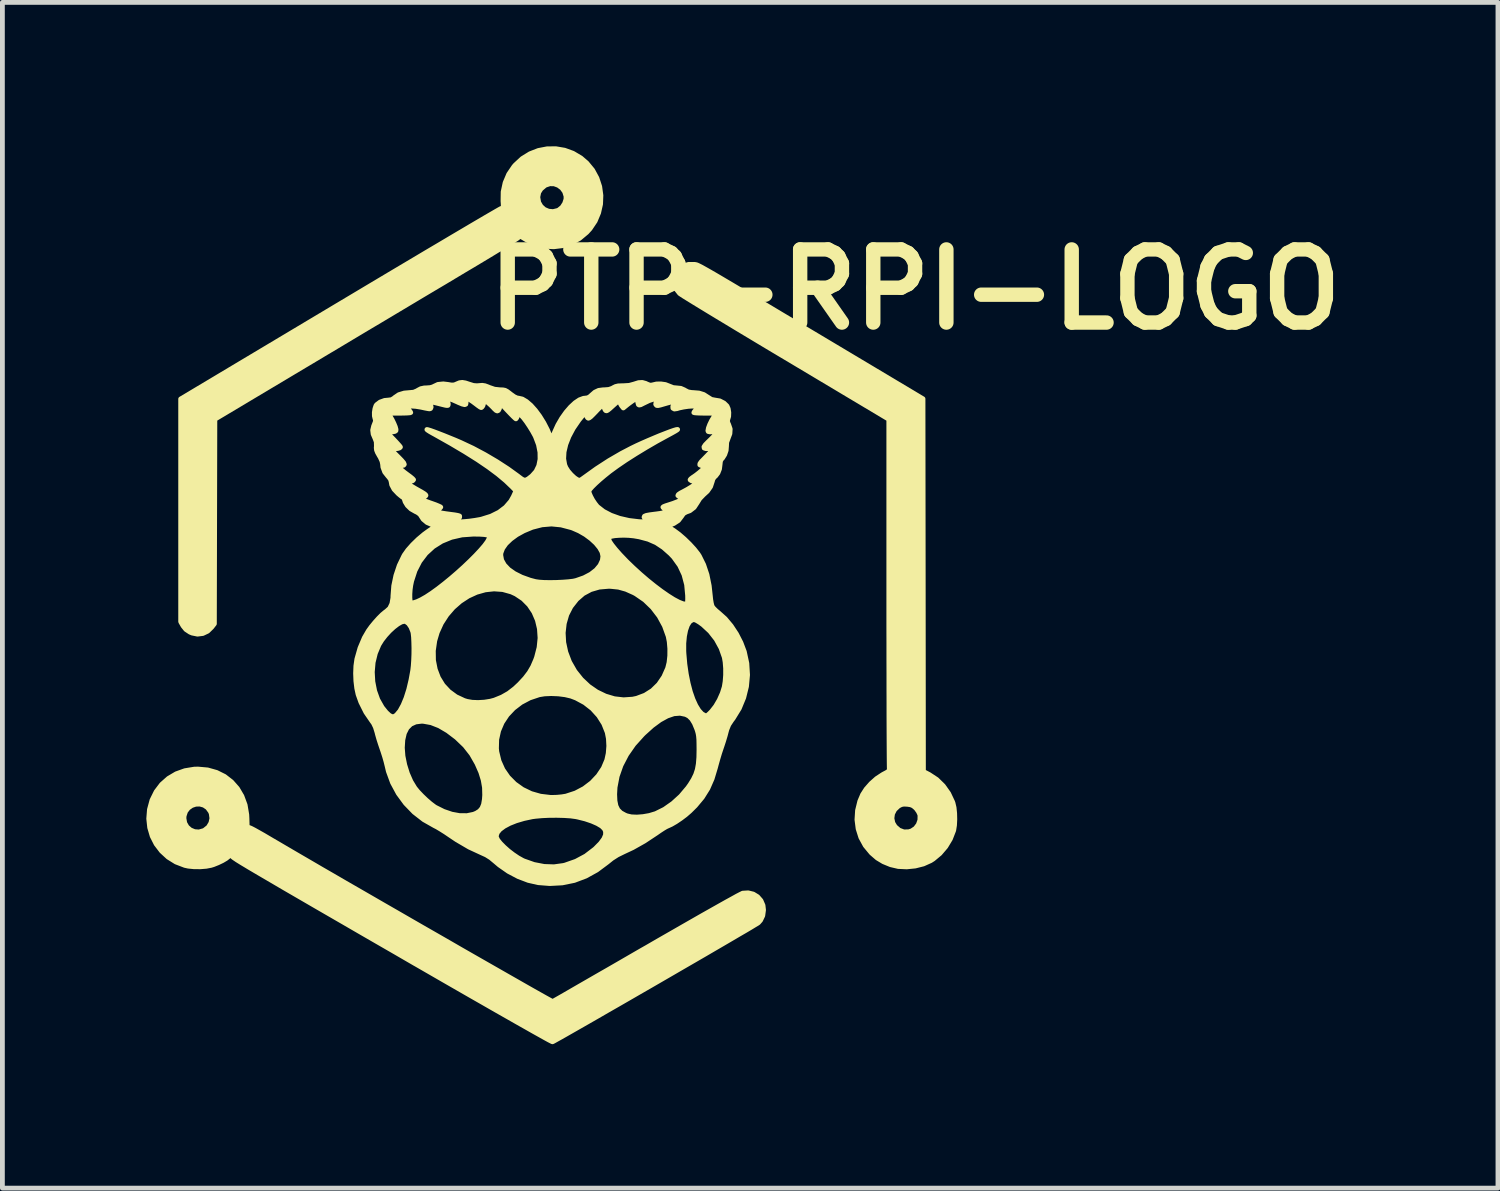
<source format=kicad_pcb>
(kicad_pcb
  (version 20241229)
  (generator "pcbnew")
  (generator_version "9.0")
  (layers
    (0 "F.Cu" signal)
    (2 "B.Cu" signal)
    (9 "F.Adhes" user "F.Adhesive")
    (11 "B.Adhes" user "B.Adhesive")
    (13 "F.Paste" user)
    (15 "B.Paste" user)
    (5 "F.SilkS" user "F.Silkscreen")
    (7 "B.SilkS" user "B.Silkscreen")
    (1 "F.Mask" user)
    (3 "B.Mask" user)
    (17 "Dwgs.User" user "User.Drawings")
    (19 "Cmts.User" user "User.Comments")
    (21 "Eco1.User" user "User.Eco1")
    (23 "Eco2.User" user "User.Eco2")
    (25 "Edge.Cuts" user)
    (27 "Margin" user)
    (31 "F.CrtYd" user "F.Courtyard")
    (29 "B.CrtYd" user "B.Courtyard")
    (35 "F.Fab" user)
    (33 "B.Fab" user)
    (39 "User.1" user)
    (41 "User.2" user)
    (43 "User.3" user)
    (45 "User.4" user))
  (footprint "PTP-RPI-LOGO"
    (layer "F.Cu")
    (at 8.404 9.334)
    (property "Reference" "PTP-RPI-LOGO" (at 7.62 -6.35 0) (layer "F.SilkS") (effects (font (size 1.524 1.524) (thickness 0.3))))
    (attr through_hole)
    (fp_poly (pts (xy 1.072 -8.312) (xy 1.065 -8.128) (xy 1.024 -7.947) (xy 0.952 -7.775) (xy 0.846 -7.617) (xy 0.777 -7.541) (xy 0.625 -7.414) (xy 0.456 -7.322) (xy 0.345 -7.286) (xy 0.345 -8.292) (xy 0.316 -8.387) (xy 0.26 -8.464) (xy 0.185 -8.52) (xy 0.098 -8.552) (xy 0.007 -8.554) (xy -0.08 -8.525) (xy -0.098 -8.514) (xy -0.178 -8.446) (xy -0.224 -8.373) (xy -0.242 -8.284) (xy -0.242 -8.265) (xy -0.225 -8.165) (xy -0.177 -8.082) (xy -0.107 -8.019) (xy -0.02 -7.982) (xy 0.075 -7.973) (xy 0.173 -7.997) (xy 0.195 -8.008) (xy 0.264 -8.064) (xy 0.316 -8.144) (xy 0.344 -8.232) (xy 0.345 -8.292) (xy 0.345 -7.286) (xy 0.275 -7.263) (xy 0.088 -7.24) (xy -0.103 -7.251) (xy -0.292 -7.299) (xy -0.475 -7.383) (xy -0.498 -7.396) (xy -0.609 -7.463) (xy -0.671 -7.416) (xy -0.698 -7.398) (xy -0.755 -7.363) (xy -0.84 -7.31) (xy -0.951 -7.243) (xy -1.084 -7.163) (xy -1.237 -7.07) (xy -1.407 -6.968) (xy -1.59 -6.858) (xy -1.786 -6.742) (xy -1.983 -6.624) (xy -2.181 -6.505) (xy -2.409 -6.37) (xy -2.661 -6.22) (xy -2.932 -6.058) (xy -3.22 -5.886) (xy -3.518 -5.708) (xy -3.823 -5.527) (xy -4.129 -5.344) (xy -4.433 -5.162) (xy -4.73 -4.985) (xy -5.016 -4.814) (xy -5.104 -4.762) (xy -6.975 -3.645) (xy -6.98 -1.513) (xy -6.985 0.619) (xy -7.04 0.69) (xy -7.125 0.773) (xy -7.226 0.821) (xy -7.337 0.835) (xy -7.45 0.812) (xy -7.494 0.793) (xy -7.579 0.737) (xy -7.638 0.664) (xy -7.641 0.659) (xy -7.688 0.576) (xy -7.688 -1.746) (xy -7.688 -4.068) (xy -4.376 -6.046) (xy -4.044 -6.244) (xy -3.721 -6.437) (xy -3.409 -6.623) (xy -3.108 -6.802) (xy -2.82 -6.973) (xy -2.548 -7.135) (xy -2.292 -7.286) (xy -2.055 -7.427) (xy -1.838 -7.555) (xy -1.642 -7.671) (xy -1.47 -7.772) (xy -1.322 -7.859) (xy -1.201 -7.929) (xy -1.108 -7.983) (xy -1.045 -8.019) (xy -1.014 -8.036) (xy -1.011 -8.037) (xy -0.984 -8.046) (xy -0.969 -8.059) (xy -0.963 -8.088) (xy -0.965 -8.14) (xy -0.969 -8.192) (xy -0.966 -8.386) (xy -0.925 -8.575) (xy -0.85 -8.752) (xy -0.741 -8.913) (xy -0.713 -8.945) (xy -0.568 -9.079) (xy -0.406 -9.179) (xy -0.232 -9.247) (xy -0.05 -9.282) (xy 0.133 -9.284) (xy 0.315 -9.253) (xy 0.49 -9.189) (xy 0.654 -9.092) (xy 0.776 -8.987) (xy 0.899 -8.838) (xy 0.989 -8.672) (xy 1.047 -8.495) (xy 1.072 -8.312)) (stroke (width 0.1) (type solid)) (fill yes) (layer "F.SilkS"))
    (fp_poly (pts (xy 8.449 4.696) (xy 8.443 4.817) (xy 8.427 4.919) (xy 8.423 4.933) (xy 8.357 5.103) (xy 8.26 5.264) (xy 8.139 5.406) (xy 8 5.522) (xy 7.945 5.557) (xy 7.794 5.625) (xy 7.723 5.643) (xy 7.723 4.616) (xy 7.717 4.59) (xy 7.691 4.534) (xy 7.648 4.474) (xy 7.631 4.456) (xy 7.581 4.414) (xy 7.53 4.392) (xy 7.459 4.381) (xy 7.454 4.381) (xy 7.384 4.378) (xy 7.333 4.388) (xy 7.282 4.414) (xy 7.27 4.422) (xy 7.196 4.492) (xy 7.151 4.579) (xy 7.138 4.675) (xy 7.158 4.77) (xy 7.205 4.848) (xy 7.288 4.92) (xy 7.383 4.956) (xy 7.485 4.955) (xy 7.549 4.936) (xy 7.629 4.883) (xy 7.688 4.805) (xy 7.721 4.712) (xy 7.723 4.616) (xy 7.723 5.643) (xy 7.624 5.668) (xy 7.446 5.686) (xy 7.271 5.678) (xy 7.112 5.641) (xy 6.961 5.579) (xy 6.833 5.502) (xy 6.715 5.4) (xy 6.706 5.391) (xy 6.582 5.241) (xy 6.49 5.072) (xy 6.433 4.891) (xy 6.409 4.702) (xy 6.421 4.51) (xy 6.468 4.318) (xy 6.527 4.179) (xy 6.601 4.064) (xy 6.702 3.949) (xy 6.819 3.845) (xy 6.942 3.764) (xy 6.963 3.752) (xy 7.031 3.716) (xy 7.07 3.689) (xy 7.085 3.667) (xy 7.084 3.645) (xy 7.083 3.622) (xy 7.082 3.561) (xy 7.081 3.465) (xy 7.08 3.337) (xy 7.079 3.176) (xy 7.078 2.987) (xy 7.077 2.77) (xy 7.076 2.527) (xy 7.076 2.261) (xy 7.075 1.974) (xy 7.075 1.667) (xy 7.074 1.342) (xy 7.074 1.002) (xy 7.073 0.648) (xy 7.073 0.282) (xy 7.073 -0.02) (xy 7.073 -3.644) (xy 4.929 -4.924) (xy 4.662 -5.083) (xy 4.403 -5.238) (xy 4.155 -5.387) (xy 3.92 -5.528) (xy 3.7 -5.661) (xy 3.496 -5.784) (xy 3.311 -5.896) (xy 3.147 -5.996) (xy 3.006 -6.082) (xy 2.891 -6.153) (xy 2.802 -6.208) (xy 2.743 -6.246) (xy 2.715 -6.266) (xy 2.714 -6.266) (xy 2.645 -6.353) (xy 2.608 -6.455) (xy 2.602 -6.565) (xy 2.632 -6.671) (xy 2.637 -6.68) (xy 2.705 -6.778) (xy 2.792 -6.842) (xy 2.9 -6.873) (xy 3.02 -6.873) (xy 3.031 -6.872) (xy 3.042 -6.87) (xy 3.053 -6.868) (xy 3.066 -6.865) (xy 3.084 -6.858) (xy 3.106 -6.848) (xy 3.136 -6.833) (xy 3.173 -6.814) (xy 3.221 -6.787) (xy 3.28 -6.754) (xy 3.352 -6.713) (xy 3.439 -6.663) (xy 3.541 -6.603) (xy 3.661 -6.532) (xy 3.8 -6.45) (xy 3.96 -6.355) (xy 4.142 -6.247) (xy 4.347 -6.124) (xy 4.578 -5.987) (xy 4.835 -5.833) (xy 5.121 -5.663) (xy 5.436 -5.474) (xy 5.783 -5.267) (xy 5.959 -5.162) (xy 7.786 -4.071) (xy 7.791 -0.186) (xy 7.795 3.698) (xy 7.917 3.762) (xy 8.072 3.864) (xy 8.208 3.997) (xy 8.32 4.155) (xy 8.403 4.331) (xy 8.412 4.357) (xy 8.434 4.451) (xy 8.446 4.569) (xy 8.449 4.696)) (stroke (width 0.1) (type solid)) (fill yes) (layer "F.SilkS"))
    (fp_poly (pts (xy 4.462 6.584) (xy 4.446 6.703) (xy 4.4 6.799) (xy 4.354 6.851) (xy 4.332 6.866) (xy 4.278 6.898) (xy 4.196 6.948) (xy 4.088 7.012) (xy 3.955 7.089) (xy 3.802 7.179) (xy 3.629 7.28) (xy 3.44 7.39) (xy 3.238 7.508) (xy 3.024 7.632) (xy 2.801 7.761) (xy 2.572 7.894) (xy 2.339 8.029) (xy 2.104 8.165) (xy 1.871 8.299) (xy 1.641 8.432) (xy 1.417 8.561) (xy 1.202 8.684) (xy 0.998 8.802) (xy 0.808 8.911) (xy 0.633 9.011) (xy 0.477 9.1) (xy 0.342 9.177) (xy 0.231 9.24) (xy 0.146 9.287) (xy 0.089 9.319) (xy 0.063 9.332) (xy 0.062 9.332) (xy 0.042 9.323) (xy -0.011 9.296) (xy -0.093 9.251) (xy -0.204 9.189) (xy -0.342 9.112) (xy -0.504 9.02) (xy -0.69 8.915) (xy -0.897 8.797) (xy -1.124 8.668) (xy -1.368 8.528) (xy -1.629 8.379) (xy -1.904 8.221) (xy -2.191 8.056) (xy -2.489 7.884) (xy -2.796 7.707) (xy -2.804 7.703) (xy -3.228 7.457) (xy -3.62 7.231) (xy -3.98 7.023) (xy -4.311 6.831) (xy -4.612 6.657) (xy -4.887 6.498) (xy -5.135 6.354) (xy -5.359 6.224) (xy -5.559 6.108) (xy -5.736 6.004) (xy -5.893 5.912) (xy -6.03 5.832) (xy -6.149 5.762) (xy -6.251 5.702) (xy -6.337 5.65) (xy -6.409 5.607) (xy -6.467 5.571) (xy -6.514 5.542) (xy -6.549 5.518) (xy -6.576 5.5) (xy -6.595 5.486) (xy -6.605 5.477) (xy -6.656 5.431) (xy -6.693 5.473) (xy -6.742 5.512) (xy -6.818 5.557) (xy -6.91 5.601) (xy -7.007 5.64) (xy -7.037 5.649) (xy -7.037 4.674) (xy -7.051 4.574) (xy -7.068 4.533) (xy -7.127 4.452) (xy -7.202 4.401) (xy -7.287 4.377) (xy -7.375 4.38) (xy -7.458 4.408) (xy -7.531 4.459) (xy -7.586 4.53) (xy -7.616 4.622) (xy -7.62 4.672) (xy -7.603 4.771) (xy -7.556 4.854) (xy -7.486 4.915) (xy -7.4 4.951) (xy -7.306 4.958) (xy -7.21 4.931) (xy -7.19 4.921) (xy -7.109 4.856) (xy -7.058 4.77) (xy -7.037 4.674) (xy -7.037 5.649) (xy -7.052 5.654) (xy -7.155 5.674) (xy -7.279 5.684) (xy -7.41 5.683) (xy -7.53 5.671) (xy -7.602 5.655) (xy -7.787 5.584) (xy -7.949 5.483) (xy -8.087 5.356) (xy -8.199 5.209) (xy -8.282 5.045) (xy -8.334 4.867) (xy -8.354 4.681) (xy -8.339 4.491) (xy -8.287 4.299) (xy -8.286 4.295) (xy -8.199 4.119) (xy -8.084 3.967) (xy -7.943 3.842) (xy -7.781 3.746) (xy -7.6 3.681) (xy -7.404 3.649) (xy -7.327 3.647) (xy -7.126 3.665) (xy -6.941 3.717) (xy -6.774 3.8) (xy -6.628 3.913) (xy -6.506 4.051) (xy -6.411 4.213) (xy -6.344 4.395) (xy -6.31 4.596) (xy -6.306 4.672) (xy -6.301 4.852) (xy -6.243 4.872) (xy -6.21 4.887) (xy -6.149 4.919) (xy -6.065 4.966) (xy -5.964 5.023) (xy -5.852 5.089) (xy -5.774 5.135) (xy -5.657 5.203) (xy -5.516 5.286) (xy -5.352 5.382) (xy -5.167 5.49) (xy -4.964 5.608) (xy -4.745 5.736) (xy -4.511 5.871) (xy -4.265 6.014) (xy -4.008 6.162) (xy -3.743 6.315) (xy -3.473 6.471) (xy -3.198 6.629) (xy -2.921 6.789) (xy -2.645 6.948) (xy -2.371 7.105) (xy -2.101 7.26) (xy -1.838 7.412) (xy -1.583 7.558) (xy -1.338 7.698) (xy -1.107 7.83) (xy -0.89 7.954) (xy -0.69 8.068) (xy -0.508 8.172) (xy -0.348 8.263) (xy -0.211 8.34) (xy -0.099 8.403) (xy -0.014 8.45) (xy 0.041 8.48) (xy 0.066 8.493) (xy 0.066 8.493) (xy 0.086 8.482) (xy 0.137 8.453) (xy 0.218 8.407) (xy 0.326 8.345) (xy 0.459 8.268) (xy 0.615 8.178) (xy 0.792 8.076) (xy 0.988 7.963) (xy 1.201 7.841) (xy 1.428 7.71) (xy 1.668 7.571) (xy 1.917 7.427) (xy 2.021 7.368) (xy 2.275 7.221) (xy 2.521 7.08) (xy 2.756 6.945) (xy 2.978 6.818) (xy 3.184 6.7) (xy 3.374 6.593) (xy 3.544 6.497) (xy 3.692 6.414) (xy 3.816 6.346) (xy 3.913 6.292) (xy 3.983 6.256) (xy 4.021 6.237) (xy 4.027 6.234) (xy 4.142 6.227) (xy 4.248 6.253) (xy 4.338 6.308) (xy 4.408 6.388) (xy 4.451 6.488) (xy 4.462 6.584)) (stroke (width 0.1) (type solid)) (fill yes) (layer "F.SilkS"))
    (fp_poly (pts (xy 4.129 1.685) (xy 4.107 1.925) (xy 4.049 2.159) (xy 3.957 2.382) (xy 3.83 2.589) (xy 3.798 2.631) (xy 3.738 2.722) (xy 3.698 2.82) (xy 3.682 2.878) (xy 3.671 2.921) (xy 3.671 1.687) (xy 3.671 1.548) (xy 3.661 1.418) (xy 3.644 1.318) (xy 3.576 1.125) (xy 3.476 0.942) (xy 3.347 0.777) (xy 3.197 0.638) (xy 3.131 0.59) (xy 3.069 0.552) (xy 3.027 0.534) (xy 2.993 0.534) (xy 2.974 0.539) (xy 2.92 0.577) (xy 2.88 0.641) (xy 2.88 0.098) (xy 2.879 0.029) (xy 2.858 -0.198) (xy 2.803 -0.406) (xy 2.714 -0.596) (xy 2.59 -0.769) (xy 2.522 -0.841) (xy 2.375 -0.971) (xy 2.224 -1.071) (xy 2.06 -1.143) (xy 1.873 -1.193) (xy 1.756 -1.213) (xy 1.655 -1.223) (xy 1.549 -1.227) (xy 1.448 -1.224) (xy 1.358 -1.217) (xy 1.288 -1.204) (xy 1.245 -1.188) (xy 1.236 -1.178) (xy 1.236 -1.142) (xy 1.257 -1.09) (xy 1.304 -1.022) (xy 1.376 -0.932) (xy 1.473 -0.822) (xy 1.604 -0.685) (xy 1.745 -0.549) (xy 1.892 -0.415) (xy 2.041 -0.287) (xy 2.189 -0.168) (xy 2.332 -0.06) (xy 2.466 0.033) (xy 2.588 0.11) (xy 2.694 0.166) (xy 2.78 0.2) (xy 2.843 0.209) (xy 2.861 0.204) (xy 2.873 0.189) (xy 2.878 0.156) (xy 2.88 0.098) (xy 2.88 0.641) (xy 2.875 0.649) (xy 2.839 0.751) (xy 2.814 0.877) (xy 2.8 1.024) (xy 2.8 1.187) (xy 2.803 1.241) (xy 2.822 1.46) (xy 2.852 1.668) (xy 2.891 1.862) (xy 2.937 2.038) (xy 2.991 2.193) (xy 3.05 2.323) (xy 3.113 2.426) (xy 3.179 2.497) (xy 3.247 2.534) (xy 3.272 2.539) (xy 3.293 2.526) (xy 3.333 2.492) (xy 3.381 2.443) (xy 3.381 2.443) (xy 3.463 2.338) (xy 3.539 2.208) (xy 3.602 2.066) (xy 3.643 1.934) (xy 3.661 1.821) (xy 3.671 1.687) (xy 3.671 2.921) (xy 3.66 2.961) (xy 3.629 3.064) (xy 3.595 3.168) (xy 3.581 3.209) (xy 3.546 3.314) (xy 3.509 3.438) (xy 3.475 3.56) (xy 3.459 3.62) (xy 3.39 3.849) (xy 3.301 4.052) (xy 3.186 4.236) (xy 3.116 4.32) (xy 3.116 3.243) (xy 3.115 3.122) (xy 3.113 3.031) (xy 3.107 2.962) (xy 3.098 2.906) (xy 3.084 2.854) (xy 3.071 2.814) (xy 3.02 2.691) (xy 2.966 2.603) (xy 2.904 2.542) (xy 2.841 2.509) (xy 2.723 2.484) (xy 2.593 2.494) (xy 2.508 2.523) (xy 2.508 1.137) (xy 2.496 0.992) (xy 2.474 0.879) (xy 2.396 0.662) (xy 2.287 0.461) (xy 2.148 0.279) (xy 1.986 0.123) (xy 1.802 -0.004) (xy 1.76 -0.027) (xy 1.597 -0.1) (xy 1.44 -0.144) (xy 1.276 -0.161) (xy 1.231 -0.162) (xy 1.113 -0.152) (xy 1.113 -0.791) (xy 1.095 -0.876) (xy 1.044 -0.967) (xy 0.966 -1.062) (xy 0.866 -1.154) (xy 0.749 -1.241) (xy 0.619 -1.316) (xy 0.482 -1.376) (xy 0.456 -1.385) (xy 0.244 -1.441) (xy 0.042 -1.461) (xy -0.158 -1.444) (xy -0.197 -1.434) (xy -0.197 -2.81) (xy -0.199 -2.958) (xy -0.23 -3.116) (xy -0.291 -3.278) (xy -0.307 -3.311) (xy -0.357 -3.401) (xy -0.417 -3.498) (xy -0.48 -3.592) (xy -0.54 -3.671) (xy -0.586 -3.722) (xy -0.644 -3.778) (xy -0.666 -3.716) (xy -0.684 -3.674) (xy -0.699 -3.654) (xy -0.7 -3.653) (xy -0.718 -3.667) (xy -0.756 -3.703) (xy -0.81 -3.758) (xy -0.873 -3.824) (xy -0.873 -3.824) (xy -1.034 -3.996) (xy -1.035 -3.925) (xy -1.043 -3.869) (xy -1.064 -3.83) (xy -1.066 -3.828) (xy -1.088 -3.818) (xy -1.112 -3.827) (xy -1.148 -3.86) (xy -1.169 -3.883) (xy -1.226 -3.94) (xy -1.287 -3.994) (xy -1.311 -4.013) (xy -1.382 -4.065) (xy -1.373 -4.018) (xy -1.374 -3.971) (xy -1.389 -3.924) (xy -1.412 -3.893) (xy -1.424 -3.888) (xy -1.447 -3.899) (xy -1.49 -3.929) (xy -1.536 -3.964) (xy -1.599 -4.011) (xy -1.661 -4.052) (xy -1.695 -4.071) (xy -1.758 -4.104) (xy -1.746 -4.045) (xy -1.738 -3.99) (xy -1.744 -3.958) (xy -1.769 -3.949) (xy -1.818 -3.961) (xy -1.896 -3.993) (xy -1.919 -4.004) (xy -1.998 -4.039) (xy -2.07 -4.067) (xy -2.123 -4.085) (xy -2.136 -4.088) (xy -2.19 -4.098) (xy -2.15 -4.055) (xy -2.121 -4.009) (xy -2.11 -3.968) (xy -2.111 -3.947) (xy -2.116 -3.934) (xy -2.134 -3.931) (xy -2.17 -3.936) (xy -2.232 -3.951) (xy -2.315 -3.972) (xy -2.388 -3.99) (xy -2.454 -4.006) (xy -2.488 -4.014) (xy -2.543 -4.026) (xy -2.502 -3.982) (xy -2.475 -3.939) (xy -2.467 -3.897) (xy -2.479 -3.868) (xy -2.501 -3.861) (xy -2.533 -3.866) (xy -2.592 -3.877) (xy -2.666 -3.893) (xy -2.686 -3.897) (xy -2.785 -3.913) (xy -2.87 -3.919) (xy -2.917 -3.916) (xy -2.993 -3.904) (xy -2.942 -3.851) (xy -2.909 -3.813) (xy -2.892 -3.787) (xy -2.892 -3.785) (xy -2.91 -3.779) (xy -2.96 -3.775) (xy -3.034 -3.772) (xy -3.124 -3.771) (xy -3.128 -3.771) (xy -3.364 -3.771) (xy -3.322 -3.707) (xy -3.282 -3.639) (xy -3.244 -3.561) (xy -3.214 -3.489) (xy -3.199 -3.434) (xy -3.199 -3.43) (xy -3.201 -3.406) (xy -3.222 -3.391) (xy -3.27 -3.382) (xy -3.292 -3.38) (xy -3.39 -3.37) (xy -3.248 -3.225) (xy -3.19 -3.163) (xy -3.143 -3.111) (xy -3.113 -3.076) (xy -3.107 -3.064) (xy -3.124 -3.047) (xy -3.165 -3.035) (xy -3.217 -3.03) (xy -3.254 -3.033) (xy -3.29 -3.034) (xy -3.302 -3.024) (xy -3.289 -3.004) (xy -3.253 -2.963) (xy -3.201 -2.908) (xy -3.152 -2.86) (xy -3.081 -2.787) (xy -3.039 -2.737) (xy -3.026 -2.704) (xy -3.04 -2.686) (xy -3.082 -2.678) (xy -3.115 -2.677) (xy -3.172 -2.677) (xy -3.125 -2.626) (xy -3.085 -2.589) (xy -3.026 -2.54) (xy -2.959 -2.49) (xy -2.955 -2.487) (xy -2.897 -2.444) (xy -2.854 -2.408) (xy -2.834 -2.386) (xy -2.833 -2.384) (xy -2.851 -2.363) (xy -2.896 -2.349) (xy -2.945 -2.345) (xy -2.975 -2.34) (xy -2.976 -2.324) (xy -2.948 -2.297) (xy -2.888 -2.257) (xy -2.795 -2.201) (xy -2.749 -2.175) (xy -2.665 -2.128) (xy -2.612 -2.095) (xy -2.583 -2.072) (xy -2.575 -2.057) (xy -2.584 -2.044) (xy -2.589 -2.039) (xy -2.638 -2.018) (xy -2.674 -2.012) (xy -2.708 -2.011) (xy -2.706 -2) (xy -2.685 -1.984) (xy -2.651 -1.966) (xy -2.59 -1.941) (xy -2.511 -1.911) (xy -2.457 -1.892) (xy -2.378 -1.864) (xy -2.315 -1.838) (xy -2.276 -1.82) (xy -2.266 -1.812) (xy -2.282 -1.793) (xy -2.318 -1.765) (xy -2.326 -1.761) (xy -2.385 -1.725) (xy -2.301 -1.702) (xy -2.241 -1.689) (xy -2.158 -1.676) (xy -2.069 -1.664) (xy -2.054 -1.662) (xy -1.977 -1.652) (xy -1.915 -1.641) (xy -1.877 -1.63) (xy -1.873 -1.626) (xy -1.873 -1.602) (xy -1.907 -1.563) (xy -1.918 -1.553) (xy -1.983 -1.498) (xy -1.778 -1.511) (xy -1.669 -1.521) (xy -1.554 -1.537) (xy -1.45 -1.555) (xy -1.414 -1.563) (xy -1.219 -1.624) (xy -1.052 -1.707) (xy -0.915 -1.811) (xy -0.808 -1.935) (xy -0.753 -2.033) (xy -0.699 -2.153) (xy -0.775 -2.232) (xy -0.912 -2.363) (xy -1.077 -2.501) (xy -1.273 -2.647) (xy -1.501 -2.802) (xy -1.762 -2.966) (xy -2.057 -3.141) (xy -2.387 -3.327) (xy -2.429 -3.35) (xy -2.491 -3.385) (xy -2.535 -3.413) (xy -2.555 -3.429) (xy -2.555 -3.431) (xy -2.534 -3.427) (xy -2.482 -3.411) (xy -2.406 -3.384) (xy -2.311 -3.348) (xy -2.203 -3.306) (xy -2.087 -3.259) (xy -1.969 -3.211) (xy -1.855 -3.162) (xy -1.84 -3.155) (xy -1.599 -3.042) (xy -1.349 -2.909) (xy -1.101 -2.763) (xy -0.868 -2.612) (xy -0.659 -2.461) (xy -0.64 -2.446) (xy -0.578 -2.4) (xy -0.533 -2.377) (xy -0.491 -2.378) (xy -0.444 -2.402) (xy -0.381 -2.451) (xy -0.364 -2.465) (xy -0.28 -2.559) (xy -0.224 -2.675) (xy -0.197 -2.81) (xy -0.197 -1.434) (xy -0.36 -1.392) (xy -0.537 -1.318) (xy -0.684 -1.237) (xy -0.808 -1.146) (xy -0.907 -1.051) (xy -0.976 -0.953) (xy -1.012 -0.858) (xy -1.016 -0.813) (xy -0.997 -0.708) (xy -0.941 -0.608) (xy -0.852 -0.514) (xy -0.731 -0.429) (xy -0.582 -0.354) (xy -0.407 -0.291) (xy -0.293 -0.261) (xy -0.218 -0.25) (xy -0.113 -0.243) (xy 0.01 -0.241) (xy 0.142 -0.243) (xy 0.274 -0.249) (xy 0.395 -0.258) (xy 0.495 -0.27) (xy 0.554 -0.283) (xy 0.72 -0.341) (xy 0.861 -0.415) (xy 0.973 -0.502) (xy 1.054 -0.599) (xy 1.102 -0.703) (xy 1.113 -0.791) (xy 1.113 -0.152) (xy 1.035 -0.145) (xy 0.86 -0.094) (xy 0.703 -0.01) (xy 0.566 0.109) (xy 0.446 0.262) (xy 0.361 0.428) (xy 0.308 0.612) (xy 0.286 0.807) (xy 0.297 1.008) (xy 0.341 1.211) (xy 0.416 1.409) (xy 0.42 1.418) (xy 0.53 1.61) (xy 0.664 1.778) (xy 0.817 1.922) (xy 0.985 2.038) (xy 1.165 2.125) (xy 1.352 2.181) (xy 1.543 2.203) (xy 1.734 2.19) (xy 1.819 2.172) (xy 1.992 2.107) (xy 2.145 2.01) (xy 2.276 1.882) (xy 2.383 1.725) (xy 2.463 1.544) (xy 2.492 1.426) (xy 2.507 1.286) (xy 2.508 1.137) (xy 2.508 2.523) (xy 2.453 2.542) (xy 2.302 2.625) (xy 2.139 2.745) (xy 1.964 2.903) (xy 1.937 2.93) (xy 1.756 3.131) (xy 1.607 3.345) (xy 1.491 3.568) (xy 1.411 3.796) (xy 1.367 4.027) (xy 1.359 4.171) (xy 1.365 4.309) (xy 1.386 4.415) (xy 1.425 4.496) (xy 1.487 4.558) (xy 1.574 4.606) (xy 1.613 4.622) (xy 1.705 4.643) (xy 1.822 4.648) (xy 1.952 4.638) (xy 2.083 4.615) (xy 2.206 4.578) (xy 2.218 4.574) (xy 2.397 4.485) (xy 2.572 4.362) (xy 2.737 4.212) (xy 2.883 4.039) (xy 2.932 3.97) (xy 2.998 3.863) (xy 3.047 3.762) (xy 3.081 3.658) (xy 3.102 3.541) (xy 3.113 3.403) (xy 3.116 3.243) (xy 3.116 4.32) (xy 3.041 4.41) (xy 2.926 4.524) (xy 2.836 4.602) (xy 2.735 4.678) (xy 2.634 4.746) (xy 2.541 4.8) (xy 2.467 4.834) (xy 2.461 4.836) (xy 2.426 4.853) (xy 2.368 4.888) (xy 2.296 4.935) (xy 2.227 4.983) (xy 1.976 5.149) (xy 1.733 5.286) (xy 1.543 5.375) (xy 1.415 5.438) (xy 1.301 5.511) (xy 1.236 5.563) (xy 1.236 3.166) (xy 1.228 3.012) (xy 1.203 2.882) (xy 1.131 2.701) (xy 1.026 2.535) (xy 0.892 2.387) (xy 0.733 2.263) (xy 0.555 2.167) (xy 0.45 2.127) (xy 0.327 2.098) (xy 0.185 2.08) (xy 0.037 2.074) (xy -0.103 2.08) (xy -0.197 2.095) (xy -0.197 0.915) (xy -0.21 0.722) (xy -0.253 0.541) (xy -0.325 0.374) (xy -0.425 0.225) (xy -0.55 0.099) (xy -0.7 -0.001) (xy -0.795 -0.045) (xy -0.974 -0.095) (xy -1.156 -0.108) (xy -1.25 -0.098) (xy -1.25 -1.193) (xy -1.261 -1.215) (xy -1.296 -1.231) (xy -1.358 -1.242) (xy -1.452 -1.248) (xy -1.58 -1.25) (xy -1.589 -1.25) (xy -1.827 -1.233) (xy -2.046 -1.183) (xy -2.246 -1.101) (xy -2.423 -0.99) (xy -2.577 -0.849) (xy -2.704 -0.682) (xy -2.803 -0.489) (xy -2.873 -0.273) (xy -2.891 -0.187) (xy -2.904 -0.094) (xy -2.91 -0.003) (xy -2.91 0.078) (xy -2.905 0.141) (xy -2.893 0.176) (xy -2.887 0.181) (xy -2.837 0.181) (xy -2.759 0.156) (xy -2.676 0.117) (xy -2.572 0.058) (xy -2.455 -0.019) (xy -2.326 -0.112) (xy -2.191 -0.217) (xy -2.053 -0.33) (xy -1.915 -0.449) (xy -1.781 -0.57) (xy -1.655 -0.69) (xy -1.539 -0.806) (xy -1.438 -0.914) (xy -1.355 -1.01) (xy -1.294 -1.093) (xy -1.259 -1.158) (xy -1.25 -1.193) (xy -1.25 -0.098) (xy -1.34 -0.088) (xy -1.521 -0.037) (xy -1.695 0.043) (xy -1.859 0.15) (xy -2.009 0.281) (xy -2.141 0.434) (xy -2.253 0.607) (xy -2.339 0.796) (xy -2.391 0.971) (xy -2.421 1.18) (xy -2.418 1.381) (xy -2.381 1.569) (xy -2.315 1.743) (xy -2.22 1.898) (xy -2.097 2.03) (xy -1.95 2.138) (xy -1.779 2.218) (xy -1.717 2.237) (xy -1.613 2.255) (xy -1.487 2.26) (xy -1.354 2.252) (xy -1.229 2.232) (xy -1.147 2.21) (xy -0.99 2.146) (xy -0.853 2.068) (xy -0.723 1.968) (xy -0.625 1.876) (xy -0.51 1.752) (xy -0.421 1.635) (xy -0.35 1.513) (xy -0.29 1.374) (xy -0.269 1.316) (xy -0.217 1.114) (xy -0.197 0.915) (xy -0.197 2.095) (xy -0.215 2.098) (xy -0.415 2.165) (xy -0.594 2.26) (xy -0.751 2.38) (xy -0.883 2.52) (xy -0.987 2.677) (xy -1.06 2.848) (xy -1.1 3.03) (xy -1.105 3.218) (xy -1.098 3.287) (xy -1.051 3.481) (xy -0.971 3.659) (xy -0.861 3.818) (xy -0.724 3.956) (xy -0.564 4.07) (xy -0.384 4.157) (xy -0.188 4.213) (xy 0.022 4.238) (xy 0.059 4.238) (xy 0.157 4.235) (xy 0.259 4.225) (xy 0.345 4.211) (xy 0.351 4.209) (xy 0.544 4.146) (xy 0.722 4.052) (xy 0.881 3.931) (xy 1.016 3.788) (xy 1.123 3.628) (xy 1.194 3.46) (xy 1.224 3.321) (xy 1.236 3.166) (xy 1.236 5.563) (xy 1.205 5.588) (xy 1.169 5.615) (xy 1.169 4.946) (xy 1.143 4.891) (xy 1.088 4.837) (xy 0.999 4.784) (xy 0.883 4.733) (xy 0.747 4.687) (xy 0.595 4.649) (xy 0.551 4.64) (xy 0.442 4.625) (xy 0.306 4.616) (xy 0.153 4.612) (xy -0.005 4.613) (xy -0.156 4.62) (xy -0.29 4.632) (xy -0.359 4.641) (xy -0.536 4.679) (xy -0.695 4.726) (xy -0.833 4.781) (xy -0.947 4.842) (xy -1.033 4.906) (xy -1.088 4.972) (xy -1.109 5.039) (xy -1.105 5.071) (xy -1.078 5.127) (xy -1.023 5.195) (xy -0.947 5.272) (xy -0.857 5.352) (xy -0.758 5.428) (xy -0.659 5.495) (xy -0.564 5.548) (xy -0.534 5.562) (xy -0.324 5.636) (xy -0.112 5.677) (xy 0.095 5.684) (xy 0.291 5.657) (xy 0.324 5.649) (xy 0.552 5.569) (xy 0.757 5.459) (xy 0.944 5.316) (xy 0.962 5.299) (xy 1.066 5.193) (xy 1.134 5.1) (xy 1.168 5.019) (xy 1.169 4.946) (xy 1.169 5.615) (xy 0.985 5.752) (xy 0.755 5.879) (xy 0.516 5.969) (xy 0.266 6.02) (xy 0.006 6.034) (xy -0.234 6.015) (xy -0.441 5.968) (xy -0.651 5.888) (xy -0.856 5.78) (xy -1.045 5.648) (xy -1.131 5.575) (xy -1.226 5.496) (xy -1.318 5.438) (xy -1.351 5.423) (xy -1.351 4.188) (xy -1.355 4.03) (xy -1.382 3.875) (xy -1.432 3.713) (xy -1.51 3.535) (xy -1.514 3.527) (xy -1.625 3.333) (xy -1.762 3.158) (xy -1.931 2.996) (xy -1.94 2.988) (xy -2.122 2.85) (xy -2.297 2.747) (xy -2.465 2.681) (xy -2.625 2.652) (xy -2.667 2.65) (xy -2.791 2.666) (xy -2.826 2.682) (xy -2.826 1.124) (xy -2.829 1.002) (xy -2.834 0.896) (xy -2.843 0.815) (xy -2.85 0.782) (xy -2.888 0.687) (xy -2.936 0.616) (xy -2.99 0.575) (xy -3.027 0.567) (xy -3.088 0.582) (xy -3.163 0.625) (xy -3.248 0.69) (xy -3.335 0.77) (xy -3.419 0.862) (xy -3.494 0.958) (xy -3.553 1.053) (xy -3.554 1.054) (xy -3.629 1.233) (xy -3.676 1.425) (xy -3.693 1.624) (xy -3.682 1.824) (xy -3.644 2.018) (xy -3.579 2.199) (xy -3.487 2.362) (xy -3.405 2.464) (xy -3.339 2.526) (xy -3.285 2.555) (xy -3.236 2.552) (xy -3.188 2.519) (xy -3.118 2.435) (xy -3.052 2.315) (xy -2.99 2.165) (xy -2.934 1.988) (xy -2.887 1.789) (xy -2.851 1.592) (xy -2.84 1.496) (xy -2.832 1.38) (xy -2.827 1.253) (xy -2.826 1.124) (xy -2.826 2.682) (xy -2.892 2.712) (xy -2.97 2.79) (xy -3.025 2.899) (xy -3.057 3.039) (xy -3.067 3.203) (xy -3.054 3.376) (xy -3.017 3.559) (xy -2.961 3.739) (xy -2.889 3.904) (xy -2.805 4.043) (xy -2.804 4.044) (xy -2.742 4.12) (xy -2.661 4.205) (xy -2.572 4.29) (xy -2.483 4.367) (xy -2.405 4.426) (xy -2.378 4.444) (xy -2.208 4.529) (xy -2.038 4.587) (xy -1.874 4.617) (xy -1.72 4.618) (xy -1.583 4.59) (xy -1.525 4.566) (xy -1.456 4.522) (xy -1.407 4.463) (xy -1.375 4.384) (xy -1.357 4.278) (xy -1.351 4.188) (xy -1.351 5.423) (xy -1.419 5.392) (xy -1.672 5.275) (xy -1.935 5.121) (xy -2.081 5.023) (xy -2.171 4.962) (xy -2.263 4.904) (xy -2.345 4.855) (xy -2.396 4.829) (xy -2.62 4.702) (xy -2.822 4.545) (xy -3 4.361) (xy -3.151 4.155) (xy -3.272 3.931) (xy -3.359 3.693) (xy -3.387 3.575) (xy -3.408 3.49) (xy -3.438 3.385) (xy -3.472 3.279) (xy -3.488 3.233) (xy -3.523 3.13) (xy -3.558 3.021) (xy -3.586 2.922) (xy -3.595 2.885) (xy -3.629 2.774) (xy -3.67 2.689) (xy -3.698 2.651) (xy -3.827 2.463) (xy -3.932 2.253) (xy -3.99 2.091) (xy -4.018 1.962) (xy -4.036 1.811) (xy -4.042 1.651) (xy -4.036 1.497) (xy -4.017 1.364) (xy -4.016 1.356) (xy -3.95 1.124) (xy -3.86 0.911) (xy -3.776 0.766) (xy -3.714 0.68) (xy -3.64 0.59) (xy -3.562 0.503) (xy -3.487 0.428) (xy -3.422 0.374) (xy -3.399 0.358) (xy -3.33 0.295) (xy -3.285 0.201) (xy -3.264 0.079) (xy -3.263 0.035) (xy -3.247 -0.172) (xy -3.202 -0.387) (xy -3.132 -0.597) (xy -3.04 -0.789) (xy -3.026 -0.815) (xy -2.953 -0.918) (xy -2.854 -1.03) (xy -2.738 -1.143) (xy -2.613 -1.248) (xy -2.526 -1.311) (xy -2.365 -1.42) (xy -2.438 -1.443) (xy -2.552 -1.492) (xy -2.632 -1.559) (xy -2.665 -1.609) (xy -2.7 -1.663) (xy -2.755 -1.703) (xy -2.795 -1.722) (xy -2.888 -1.775) (xy -2.962 -1.846) (xy -3.009 -1.923) (xy -3.018 -1.952) (xy -3.032 -1.994) (xy -3.046 -2.012) (xy -3.047 -2.012) (xy -3.068 -2.024) (xy -3.109 -2.056) (xy -3.155 -2.095) (xy -3.24 -2.185) (xy -3.289 -2.277) (xy -3.302 -2.35) (xy -3.316 -2.394) (xy -3.353 -2.443) (xy -3.363 -2.453) (xy -3.435 -2.544) (xy -3.473 -2.647) (xy -3.478 -2.703) (xy -3.491 -2.769) (xy -3.529 -2.853) (xy -3.548 -2.884) (xy -3.586 -2.952) (xy -3.606 -3.003) (xy -3.611 -3.051) (xy -3.608 -3.086) (xy -3.611 -3.175) (xy -3.636 -3.242) (xy -3.676 -3.335) (xy -3.686 -3.418) (xy -3.666 -3.502) (xy -3.656 -3.527) (xy -3.632 -3.589) (xy -3.627 -3.63) (xy -3.637 -3.658) (xy -3.65 -3.713) (xy -3.651 -3.787) (xy -3.639 -3.864) (xy -3.618 -3.927) (xy -3.603 -3.949) (xy -3.531 -4.003) (xy -3.437 -4.037) (xy -3.36 -4.044) (xy -3.292 -4.053) (xy -3.239 -4.086) (xy -3.225 -4.099) (xy -3.14 -4.157) (xy -3.028 -4.191) (xy -2.915 -4.201) (xy -2.83 -4.209) (xy -2.759 -4.239) (xy -2.743 -4.25) (xy -2.682 -4.282) (xy -2.612 -4.297) (xy -2.562 -4.299) (xy -2.484 -4.305) (xy -2.427 -4.321) (xy -2.414 -4.329) (xy -2.325 -4.371) (xy -2.214 -4.382) (xy -2.12 -4.371) (xy -2.05 -4.359) (xy -2.002 -4.358) (xy -1.961 -4.369) (xy -1.935 -4.381) (xy -1.875 -4.406) (xy -1.818 -4.413) (xy -1.752 -4.402) (xy -1.67 -4.375) (xy -1.586 -4.349) (xy -1.513 -4.343) (xy -1.465 -4.347) (xy -1.401 -4.352) (xy -1.344 -4.343) (xy -1.276 -4.318) (xy -1.259 -4.31) (xy -1.146 -4.271) (xy -1.034 -4.259) (xy -0.971 -4.257) (xy -0.925 -4.248) (xy -0.881 -4.224) (xy -0.825 -4.182) (xy -0.812 -4.171) (xy -0.735 -4.116) (xy -0.675 -4.088) (xy -0.644 -4.084) (xy -0.566 -4.066) (xy -0.48 -4.015) (xy -0.388 -3.936) (xy -0.295 -3.832) (xy -0.204 -3.709) (xy -0.118 -3.57) (xy -0.041 -3.42) (xy 0.024 -3.262) (xy 0.027 -3.254) (xy 0.037 -3.243) (xy 0.052 -3.258) (xy 0.075 -3.302) (xy 0.106 -3.376) (xy 0.174 -3.525) (xy 0.255 -3.665) (xy 0.345 -3.792) (xy 0.439 -3.901) (xy 0.534 -3.989) (xy 0.625 -4.05) (xy 0.709 -4.081) (xy 0.738 -4.084) (xy 0.799 -4.092) (xy 0.85 -4.123) (xy 0.871 -4.144) (xy 0.946 -4.209) (xy 1.024 -4.246) (xy 1.121 -4.259) (xy 1.147 -4.259) (xy 1.237 -4.266) (xy 1.305 -4.289) (xy 1.329 -4.303) (xy 1.377 -4.327) (xy 1.432 -4.34) (xy 1.507 -4.343) (xy 1.532 -4.343) (xy 1.663 -4.351) (xy 1.762 -4.378) (xy 1.857 -4.408) (xy 1.934 -4.412) (xy 2.006 -4.392) (xy 2.032 -4.379) (xy 2.09 -4.356) (xy 2.136 -4.357) (xy 2.149 -4.361) (xy 2.231 -4.38) (xy 2.326 -4.381) (xy 2.417 -4.368) (xy 2.486 -4.341) (xy 2.578 -4.305) (xy 2.652 -4.298) (xy 2.738 -4.289) (xy 2.811 -4.257) (xy 2.821 -4.25) (xy 2.889 -4.215) (xy 2.965 -4.202) (xy 2.995 -4.201) (xy 3.117 -4.191) (xy 3.216 -4.16) (xy 3.305 -4.103) (xy 3.375 -4.059) (xy 3.446 -4.045) (xy 3.452 -4.044) (xy 3.549 -4.028) (xy 3.638 -3.982) (xy 3.7 -3.922) (xy 3.726 -3.863) (xy 3.738 -3.785) (xy 3.735 -3.705) (xy 3.717 -3.643) (xy 3.717 -3.643) (xy 3.709 -3.605) (xy 3.725 -3.555) (xy 3.734 -3.538) (xy 3.767 -3.442) (xy 3.761 -3.344) (xy 3.728 -3.257) (xy 3.694 -3.164) (xy 3.69 -3.085) (xy 3.683 -2.996) (xy 3.653 -2.908) (xy 3.608 -2.836) (xy 3.587 -2.815) (xy 3.564 -2.773) (xy 3.556 -2.702) (xy 3.556 -2.702) (xy 3.544 -2.608) (xy 3.511 -2.524) (xy 3.496 -2.504) (xy 3.496 -3.39) (xy 3.399 -3.383) (xy 3.339 -3.382) (xy 3.309 -3.389) (xy 3.302 -3.405) (xy 3.312 -3.461) (xy 3.34 -3.536) (xy 3.379 -3.616) (xy 3.419 -3.683) (xy 3.48 -3.771) (xy 3.244 -3.771) (xy 3.154 -3.772) (xy 3.079 -3.775) (xy 3.028 -3.779) (xy 3.009 -3.784) (xy 3.009 -3.785) (xy 3.021 -3.806) (xy 3.052 -3.842) (xy 3.059 -3.85) (xy 3.109 -3.903) (xy 3.041 -3.916) (xy 2.977 -3.919) (xy 2.89 -3.913) (xy 2.794 -3.899) (xy 2.704 -3.88) (xy 2.659 -3.866) (xy 2.603 -3.858) (xy 2.573 -3.875) (xy 2.57 -3.913) (xy 2.596 -3.966) (xy 2.615 -3.991) (xy 2.631 -4.013) (xy 2.622 -4.019) (xy 2.581 -4.013) (xy 2.577 -4.013) (xy 2.522 -4) (xy 2.448 -3.98) (xy 2.393 -3.964) (xy 2.314 -3.941) (xy 2.264 -3.93) (xy 2.235 -3.932) (xy 2.22 -3.947) (xy 2.214 -3.958) (xy 2.22 -3.993) (xy 2.253 -4.04) (xy 2.259 -4.047) (xy 2.315 -4.106) (xy 2.257 -4.092) (xy 2.076 -4.033) (xy 1.956 -3.975) (xy 1.901 -3.947) (xy 1.869 -3.941) (xy 1.853 -3.951) (xy 1.838 -4.005) (xy 1.857 -4.065) (xy 1.868 -4.095) (xy 1.864 -4.103) (xy 1.835 -4.092) (xy 1.785 -4.063) (xy 1.723 -4.022) (xy 1.658 -3.975) (xy 1.624 -3.949) (xy 1.539 -3.88) (xy 1.501 -3.927) (xy 1.476 -3.971) (xy 1.472 -4.009) (xy 1.475 -4.035) (xy 1.464 -4.04) (xy 1.435 -4.024) (xy 1.386 -3.983) (xy 1.319 -3.923) (xy 1.257 -3.867) (xy 1.216 -3.834) (xy 1.191 -3.821) (xy 1.174 -3.824) (xy 1.16 -3.839) (xy 1.138 -3.888) (xy 1.132 -3.926) (xy 1.13 -3.945) (xy 1.119 -3.948) (xy 1.096 -3.932) (xy 1.056 -3.895) (xy 0.995 -3.834) (xy 0.974 -3.811) (xy 0.906 -3.741) (xy 0.86 -3.696) (xy 0.829 -3.673) (xy 0.81 -3.666) (xy 0.796 -3.674) (xy 0.789 -3.683) (xy 0.767 -3.724) (xy 0.762 -3.747) (xy 0.754 -3.768) (xy 0.728 -3.757) (xy 0.684 -3.713) (xy 0.621 -3.636) (xy 0.611 -3.623) (xy 0.495 -3.454) (xy 0.405 -3.285) (xy 0.341 -3.121) (xy 0.304 -2.965) (xy 0.296 -2.821) (xy 0.318 -2.695) (xy 0.342 -2.637) (xy 0.388 -2.564) (xy 0.453 -2.489) (xy 0.522 -2.425) (xy 0.574 -2.39) (xy 0.609 -2.374) (xy 0.638 -2.374) (xy 0.673 -2.394) (xy 0.711 -2.421) (xy 0.98 -2.614) (xy 1.239 -2.782) (xy 1.501 -2.934) (xy 1.71 -3.043) (xy 1.813 -3.093) (xy 1.929 -3.146) (xy 2.052 -3.2) (xy 2.177 -3.253) (xy 2.299 -3.304) (xy 2.412 -3.348) (xy 2.511 -3.386) (xy 2.591 -3.414) (xy 2.646 -3.43) (xy 2.671 -3.432) (xy 2.671 -3.431) (xy 2.658 -3.42) (xy 2.616 -3.394) (xy 2.552 -3.358) (xy 2.471 -3.314) (xy 2.454 -3.305) (xy 2.233 -3.184) (xy 2.011 -3.055) (xy 1.794 -2.923) (xy 1.59 -2.793) (xy 1.407 -2.668) (xy 1.252 -2.555) (xy 1.25 -2.553) (xy 1.144 -2.468) (xy 1.045 -2.384) (xy 0.959 -2.306) (xy 0.89 -2.238) (xy 0.843 -2.185) (xy 0.821 -2.149) (xy 0.821 -2.144) (xy 0.832 -2.098) (xy 0.861 -2.032) (xy 0.901 -1.958) (xy 0.948 -1.888) (xy 0.993 -1.831) (xy 1.003 -1.821) (xy 1.126 -1.725) (xy 1.281 -1.644) (xy 1.46 -1.58) (xy 1.657 -1.535) (xy 1.866 -1.51) (xy 1.952 -1.507) (xy 2.076 -1.504) (xy 2.025 -1.545) (xy 1.987 -1.578) (xy 1.971 -1.604) (xy 1.98 -1.624) (xy 2.018 -1.64) (xy 2.088 -1.653) (xy 2.193 -1.667) (xy 2.227 -1.671) (xy 2.305 -1.682) (xy 2.381 -1.696) (xy 2.411 -1.703) (xy 2.487 -1.722) (xy 2.425 -1.76) (xy 2.385 -1.788) (xy 2.365 -1.809) (xy 2.364 -1.812) (xy 2.381 -1.825) (xy 2.427 -1.843) (xy 2.49 -1.863) (xy 2.576 -1.891) (xy 2.667 -1.926) (xy 2.719 -1.949) (xy 2.823 -1.998) (xy 2.755 -2.017) (xy 2.699 -2.035) (xy 2.676 -2.054) (xy 2.686 -2.076) (xy 2.731 -2.107) (xy 2.787 -2.136) (xy 2.87 -2.181) (xy 2.955 -2.232) (xy 3.019 -2.275) (xy 3.07 -2.313) (xy 3.092 -2.334) (xy 3.089 -2.343) (xy 3.067 -2.345) (xy 3.007 -2.35) (xy 2.958 -2.363) (xy 2.932 -2.38) (xy 2.931 -2.384) (xy 2.946 -2.403) (xy 2.984 -2.432) (xy 3.004 -2.445) (xy 3.058 -2.483) (xy 3.124 -2.535) (xy 3.18 -2.584) (xy 3.283 -2.677) (xy 3.219 -2.677) (xy 3.161 -2.681) (xy 3.133 -2.694) (xy 3.135 -2.72) (xy 3.167 -2.764) (xy 3.226 -2.824) (xy 3.285 -2.885) (xy 3.338 -2.941) (xy 3.374 -2.982) (xy 3.38 -2.989) (xy 3.415 -3.038) (xy 3.334 -3.033) (xy 3.262 -3.032) (xy 3.224 -3.044) (xy 3.22 -3.07) (xy 3.248 -3.113) (xy 3.309 -3.175) (xy 3.315 -3.18) (xy 3.375 -3.239) (xy 3.427 -3.293) (xy 3.461 -3.334) (xy 3.465 -3.341) (xy 3.496 -3.39) (xy 3.496 -2.504) (xy 3.464 -2.462) (xy 3.448 -2.45) (xy 3.41 -2.403) (xy 3.392 -2.343) (xy 3.358 -2.24) (xy 3.291 -2.144) (xy 3.211 -2.071) (xy 3.132 -1.989) (xy 3.079 -1.903) (xy 3.015 -1.806) (xy 2.926 -1.738) (xy 2.847 -1.709) (xy 2.793 -1.677) (xy 2.753 -1.619) (xy 2.688 -1.534) (xy 2.591 -1.471) (xy 2.518 -1.443) (xy 2.446 -1.421) (xy 2.596 -1.323) (xy 2.7 -1.246) (xy 2.811 -1.15) (xy 2.92 -1.044) (xy 3.017 -0.938) (xy 3.095 -0.839) (xy 3.124 -0.794) (xy 3.214 -0.612) (xy 3.283 -0.406) (xy 3.33 -0.173) (xy 3.352 0.029) (xy 3.361 0.115) (xy 3.374 0.192) (xy 3.388 0.246) (xy 3.393 0.258) (xy 3.422 0.297) (xy 3.473 0.347) (xy 3.53 0.395) (xy 3.662 0.513) (xy 3.786 0.661) (xy 3.898 0.831) (xy 3.991 1.013) (xy 4.061 1.198) (xy 4.062 1.202) (xy 4.114 1.442) (xy 4.129 1.685)) (stroke (width 0.1) (type solid)) (fill yes) (layer "F.SilkS")))
  (gr_rect
    (start -3 -3)
    (end 28.175 21.716)
    (stroke (width 0.1) (type default))
    (fill no)
    (layer "Edge.Cuts")))
</source>
